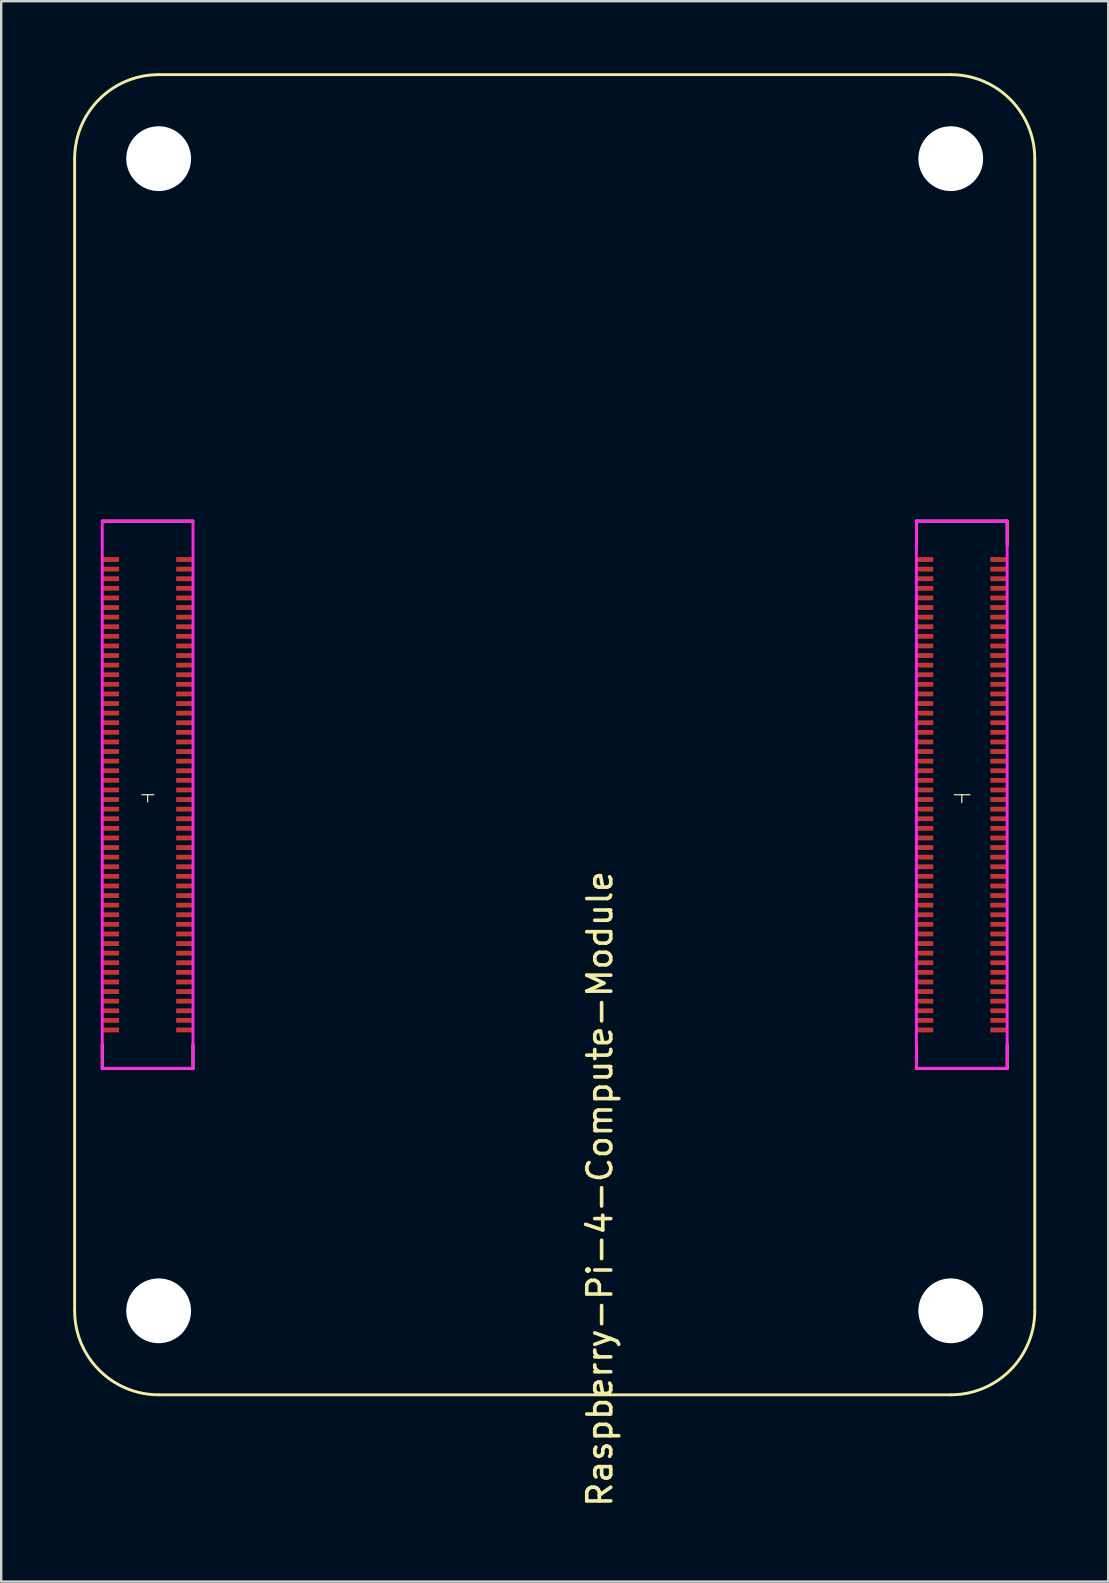
<source format=kicad_pcb>
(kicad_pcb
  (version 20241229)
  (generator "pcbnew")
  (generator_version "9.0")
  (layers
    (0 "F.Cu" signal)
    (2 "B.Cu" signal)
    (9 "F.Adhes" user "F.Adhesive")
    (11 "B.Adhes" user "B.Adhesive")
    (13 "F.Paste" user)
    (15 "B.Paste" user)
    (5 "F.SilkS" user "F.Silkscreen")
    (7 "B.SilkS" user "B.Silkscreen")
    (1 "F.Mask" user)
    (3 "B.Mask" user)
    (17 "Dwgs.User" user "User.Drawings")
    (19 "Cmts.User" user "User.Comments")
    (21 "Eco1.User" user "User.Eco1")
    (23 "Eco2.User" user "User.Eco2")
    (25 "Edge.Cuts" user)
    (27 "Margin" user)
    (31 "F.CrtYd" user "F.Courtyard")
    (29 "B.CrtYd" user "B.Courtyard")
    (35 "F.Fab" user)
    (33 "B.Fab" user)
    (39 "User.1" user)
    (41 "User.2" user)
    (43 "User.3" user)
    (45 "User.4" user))
  (footprint "Raspberry-Pi-4-Compute-Module"
    (layer "F.Cu")
    (at 3.1 30.06)
    (property "Reference" "Raspberry-Pi-4-Compute-Module" (at 18.84 16.42 270) (layer "F.SilkS") (effects (font (size 1 1) (thickness 0.15))))
    (attr smd)
    (fp_line (start -3.04 -26.5) (end -3.04 21.5) (stroke (width 0.12) (type solid)) (layer "F.SilkS"))
    (fp_line (start -1.89 -11.4) (end 1.89 -11.4) (stroke (width 0.12) (type solid)) (layer "F.SilkS"))
    (fp_line (start -1.89 11.4) (end -1.89 10.4) (stroke (width 0.12) (type solid)) (layer "F.SilkS"))
    (fp_line (start -1.89 11.4) (end 1.89 11.4) (stroke (width 0.12) (type solid)) (layer "F.SilkS"))
    (fp_line (start -0.24 0) (end 0.26 0) (stroke (width 0.05) (type default)) (layer "F.SilkS"))
    (fp_line (start 0 0) (end 0 0.3) (stroke (width 0.05) (type default)) (layer "F.SilkS"))
    (fp_line (start 0.46 25) (end 33.46 25) (stroke (width 0.12) (type solid)) (layer "F.SilkS"))
    (fp_line (start 1.89 11.4) (end 1.89 10.4) (stroke (width 0.12) (type solid)) (layer "F.SilkS"))
    (fp_line (start 32.03 -11.4) (end 32.03 -10.4) (stroke (width 0.12) (type solid)) (layer "F.SilkS"))
    (fp_line (start 32.03 -11.4) (end 35.81 -11.4) (stroke (width 0.12) (type solid)) (layer "F.SilkS"))
    (fp_line (start 32.03 11.4) (end 32.03 10.4) (stroke (width 0.12) (type solid)) (layer "F.SilkS"))
    (fp_line (start 32.03 11.4) (end 35.81 11.4) (stroke (width 0.12) (type solid)) (layer "F.SilkS"))
    (fp_line (start 33.46 -30) (end 0.46 -30) (stroke (width 0.12) (type solid)) (layer "F.SilkS"))
    (fp_line (start 33.61 0) (end 34.26 0) (stroke (width 0.05) (type default)) (layer "F.SilkS"))
    (fp_line (start 33.92 0.325) (end 33.92 0) (stroke (width 0.05) (type default)) (layer "F.SilkS"))
    (fp_line (start 35.81 -11.4) (end 35.81 -10.4) (stroke (width 0.12) (type solid)) (layer "F.SilkS"))
    (fp_line (start 35.81 11.4) (end 35.81 10.4) (stroke (width 0.12) (type solid)) (layer "F.SilkS"))
    (fp_line (start 36.96 21.5) (end 36.96 -26.5) (stroke (width 0.12) (type solid)) (layer "F.SilkS"))
    (fp_arc (start -3.04 -26.5) (mid -2.014874 -28.974874) (end 0.46 -30) (stroke (width 0.12) (type solid)) (layer "F.SilkS"))
    (fp_arc (start 0.46 25) (mid -2.014874 23.974874) (end -3.04 21.5) (stroke (width 0.12) (type solid)) (layer "F.SilkS"))
    (fp_arc (start 33.46 -30) (mid 35.934874 -28.974874) (end 36.96 -26.5) (stroke (width 0.12) (type solid)) (layer "F.SilkS"))
    (fp_arc (start 36.96 21.5) (mid 35.934874 23.974874) (end 33.46 25) (stroke (width 0.12) (type solid)) (layer "F.SilkS"))
    (fp_line (start -1.89 -11.4) (end 1.89 -11.4) (stroke (width 0.12) (type solid)) (layer "F.CrtYd"))
    (fp_line (start -1.89 11.4) (end -1.89 -11.4) (stroke (width 0.12) (type solid)) (layer "F.CrtYd"))
    (fp_line (start 1.89 -11.4) (end 1.89 11.4) (stroke (width 0.12) (type solid)) (layer "F.CrtYd"))
    (fp_line (start 1.89 11.4) (end -1.89 11.4) (stroke (width 0.12) (type solid)) (layer "F.CrtYd"))
    (fp_line (start 32.03 -11.4) (end 35.81 -11.4) (stroke (width 0.12) (type solid)) (layer "F.CrtYd"))
    (fp_line (start 32.03 11.4) (end 32.03 -11.4) (stroke (width 0.12) (type solid)) (layer "F.CrtYd"))
    (fp_line (start 35.81 -11.4) (end 35.81 11.4) (stroke (width 0.12) (type solid)) (layer "F.CrtYd"))
    (fp_line (start 35.81 11.4) (end 32.03 11.4) (stroke (width 0.12) (type solid)) (layer "F.CrtYd"))
    (pad "" np_thru_hole circle (at 0.46 -26.5) (size 2.7 2.7) (drill 2.7) (layers "*.Cu" "*.Mask"))
    (pad "" np_thru_hole circle (at 0.46 21.5) (size 2.7 2.7) (drill 2.7) (layers "*.Cu" "*.Mask"))
    (pad "" np_thru_hole circle (at 33.46 -26.5) (size 2.7 2.7) (drill 2.7) (layers "*.Cu" "*.Mask"))
    (pad "" np_thru_hole circle (at 33.46 21.5) (size 2.7 2.7) (drill 2.7) (layers "*.Cu" "*.Mask"))
    (pad "1" smd rect (at -1.54 -9.8 270) (size 0.2 0.7) (layers "F.Cu" "F.Mask" "F.Paste"))
    (pad "2" smd rect (at 1.54 -9.8 270) (size 0.2 0.7) (layers "F.Cu" "F.Mask" "F.Paste"))
    (pad "3" smd rect (at -1.54 -9.4 270) (size 0.2 0.7) (layers "F.Cu" "F.Mask" "F.Paste"))
    (pad "4" smd rect (at 1.54 -9.4 270) (size 0.2 0.7) (layers "F.Cu" "F.Mask" "F.Paste"))
    (pad "5" smd rect (at -1.54 -9 270) (size 0.2 0.7) (layers "F.Cu" "F.Mask" "F.Paste"))
    (pad "6" smd rect (at 1.54 -9 270) (size 0.2 0.7) (layers "F.Cu" "F.Mask" "F.Paste"))
    (pad "7" smd rect (at -1.54 -8.6 270) (size 0.2 0.7) (layers "F.Cu" "F.Mask" "F.Paste"))
    (pad "8" smd rect (at 1.54 -8.6 270) (size 0.2 0.7) (layers "F.Cu" "F.Mask" "F.Paste"))
    (pad "9" smd rect (at -1.54 -8.2 270) (size 0.2 0.7) (layers "F.Cu" "F.Mask" "F.Paste"))
    (pad "10" smd rect (at 1.54 -8.2 270) (size 0.2 0.7) (layers "F.Cu" "F.Mask" "F.Paste"))
    (pad "11" smd rect (at -1.54 -7.8 270) (size 0.2 0.7) (layers "F.Cu" "F.Mask" "F.Paste"))
    (pad "12" smd rect (at 1.54 -7.8 270) (size 0.2 0.7) (layers "F.Cu" "F.Mask" "F.Paste"))
    (pad "13" smd rect (at -1.54 -7.4 270) (size 0.2 0.7) (layers "F.Cu" "F.Mask" "F.Paste"))
    (pad "14" smd rect (at 1.54 -7.4 270) (size 0.2 0.7) (layers "F.Cu" "F.Mask" "F.Paste"))
    (pad "15" smd rect (at -1.54 -7 270) (size 0.2 0.7) (layers "F.Cu" "F.Mask" "F.Paste"))
    (pad "16" smd rect (at 1.54 -7 270) (size 0.2 0.7) (layers "F.Cu" "F.Mask" "F.Paste"))
    (pad "17" smd rect (at -1.54 -6.6 270) (size 0.2 0.7) (layers "F.Cu" "F.Mask" "F.Paste"))
    (pad "18" smd rect (at 1.54 -6.6 270) (size 0.2 0.7) (layers "F.Cu" "F.Mask" "F.Paste"))
    (pad "19" smd rect (at -1.54 -6.2 270) (size 0.2 0.7) (layers "F.Cu" "F.Mask" "F.Paste"))
    (pad "20" smd rect (at 1.54 -6.2 270) (size 0.2 0.7) (layers "F.Cu" "F.Mask" "F.Paste"))
    (pad "21" smd rect (at -1.54 -5.8 270) (size 0.2 0.7) (layers "F.Cu" "F.Mask" "F.Paste"))
    (pad "22" smd rect (at 1.54 -5.8 270) (size 0.2 0.7) (layers "F.Cu" "F.Mask" "F.Paste"))
    (pad "23" smd rect (at -1.54 -5.4 270) (size 0.2 0.7) (layers "F.Cu" "F.Mask" "F.Paste"))
    (pad "24" smd rect (at 1.54 -5.4 270) (size 0.2 0.7) (layers "F.Cu" "F.Mask" "F.Paste"))
    (pad "25" smd rect (at -1.54 -5 270) (size 0.2 0.7) (layers "F.Cu" "F.Mask" "F.Paste"))
    (pad "26" smd rect (at 1.54 -5 270) (size 0.2 0.7) (layers "F.Cu" "F.Mask" "F.Paste"))
    (pad "27" smd rect (at -1.54 -4.6 270) (size 0.2 0.7) (layers "F.Cu" "F.Mask" "F.Paste"))
    (pad "28" smd rect (at 1.54 -4.6 270) (size 0.2 0.7) (layers "F.Cu" "F.Mask" "F.Paste"))
    (pad "29" smd rect (at -1.54 -4.2 270) (size 0.2 0.7) (layers "F.Cu" "F.Mask" "F.Paste"))
    (pad "30" smd rect (at 1.54 -4.2 270) (size 0.2 0.7) (layers "F.Cu" "F.Mask" "F.Paste"))
    (pad "31" smd rect (at -1.54 -3.8 270) (size 0.2 0.7) (layers "F.Cu" "F.Mask" "F.Paste"))
    (pad "32" smd rect (at 1.54 -3.8 270) (size 0.2 0.7) (layers "F.Cu" "F.Mask" "F.Paste"))
    (pad "33" smd rect (at -1.54 -3.4 270) (size 0.2 0.7) (layers "F.Cu" "F.Mask" "F.Paste"))
    (pad "34" smd rect (at 1.54 -3.4 270) (size 0.2 0.7) (layers "F.Cu" "F.Mask" "F.Paste"))
    (pad "35" smd rect (at -1.54 -3 270) (size 0.2 0.7) (layers "F.Cu" "F.Mask" "F.Paste"))
    (pad "36" smd rect (at 1.54 -3 270) (size 0.2 0.7) (layers "F.Cu" "F.Mask" "F.Paste"))
    (pad "37" smd rect (at -1.54 -2.6 270) (size 0.2 0.7) (layers "F.Cu" "F.Mask" "F.Paste"))
    (pad "38" smd rect (at 1.54 -2.6 270) (size 0.2 0.7) (layers "F.Cu" "F.Mask" "F.Paste"))
    (pad "39" smd rect (at -1.54 -2.2 270) (size 0.2 0.7) (layers "F.Cu" "F.Mask" "F.Paste"))
    (pad "40" smd rect (at 1.54 -2.2 270) (size 0.2 0.7) (layers "F.Cu" "F.Mask" "F.Paste"))
    (pad "41" smd rect (at -1.54 -1.8 270) (size 0.2 0.7) (layers "F.Cu" "F.Mask" "F.Paste"))
    (pad "42" smd rect (at 1.54 -1.8 270) (size 0.2 0.7) (layers "F.Cu" "F.Mask" "F.Paste"))
    (pad "43" smd rect (at -1.54 -1.4 270) (size 0.2 0.7) (layers "F.Cu" "F.Mask" "F.Paste"))
    (pad "44" smd rect (at 1.54 -1.4 270) (size 0.2 0.7) (layers "F.Cu" "F.Mask" "F.Paste"))
    (pad "45" smd rect (at -1.54 -1 270) (size 0.2 0.7) (layers "F.Cu" "F.Mask" "F.Paste"))
    (pad "46" smd rect (at 1.54 -1 270) (size 0.2 0.7) (layers "F.Cu" "F.Mask" "F.Paste"))
    (pad "47" smd rect (at -1.54 -0.6 270) (size 0.2 0.7) (layers "F.Cu" "F.Mask" "F.Paste"))
    (pad "48" smd rect (at 1.54 -0.6 270) (size 0.2 0.7) (layers "F.Cu" "F.Mask" "F.Paste"))
    (pad "49" smd rect (at -1.54 -0.2 270) (size 0.2 0.7) (layers "F.Cu" "F.Mask" "F.Paste"))
    (pad "50" smd rect (at 1.54 -0.2 270) (size 0.2 0.7) (layers "F.Cu" "F.Mask" "F.Paste"))
    (pad "51" smd rect (at -1.54 0.2 270) (size 0.2 0.7) (layers "F.Cu" "F.Mask" "F.Paste"))
    (pad "52" smd rect (at 1.54 0.2 270) (size 0.2 0.7) (layers "F.Cu" "F.Mask" "F.Paste"))
    (pad "53" smd rect (at -1.54 0.6 270) (size 0.2 0.7) (layers "F.Cu" "F.Mask" "F.Paste"))
    (pad "54" smd rect (at 1.54 0.6 270) (size 0.2 0.7) (layers "F.Cu" "F.Mask" "F.Paste"))
    (pad "55" smd rect (at -1.54 1 270) (size 0.2 0.7) (layers "F.Cu" "F.Mask" "F.Paste"))
    (pad "56" smd rect (at 1.54 1 270) (size 0.2 0.7) (layers "F.Cu" "F.Mask" "F.Paste"))
    (pad "57" smd rect (at -1.54 1.4 270) (size 0.2 0.7) (layers "F.Cu" "F.Mask" "F.Paste"))
    (pad "58" smd rect (at 1.54 1.4 270) (size 0.2 0.7) (layers "F.Cu" "F.Mask" "F.Paste"))
    (pad "59" smd rect (at -1.54 1.8 270) (size 0.2 0.7) (layers "F.Cu" "F.Mask" "F.Paste"))
    (pad "60" smd rect (at 1.54 1.8 270) (size 0.2 0.7) (layers "F.Cu" "F.Mask" "F.Paste"))
    (pad "61" smd rect (at -1.54 2.2 270) (size 0.2 0.7) (layers "F.Cu" "F.Mask" "F.Paste"))
    (pad "62" smd rect (at 1.54 2.2 270) (size 0.2 0.7) (layers "F.Cu" "F.Mask" "F.Paste"))
    (pad "63" smd rect (at -1.54 2.6 270) (size 0.2 0.7) (layers "F.Cu" "F.Mask" "F.Paste"))
    (pad "64" smd rect (at 1.54 2.6 270) (size 0.2 0.7) (layers "F.Cu" "F.Mask" "F.Paste"))
    (pad "65" smd rect (at -1.54 3 270) (size 0.2 0.7) (layers "F.Cu" "F.Mask" "F.Paste"))
    (pad "66" smd rect (at 1.54 3 270) (size 0.2 0.7) (layers "F.Cu" "F.Mask" "F.Paste"))
    (pad "67" smd rect (at -1.54 3.4 270) (size 0.2 0.7) (layers "F.Cu" "F.Mask" "F.Paste"))
    (pad "68" smd rect (at 1.54 3.4 270) (size 0.2 0.7) (layers "F.Cu" "F.Mask" "F.Paste"))
    (pad "69" smd rect (at -1.54 3.8 270) (size 0.2 0.7) (layers "F.Cu" "F.Mask" "F.Paste"))
    (pad "70" smd rect (at 1.54 3.8 270) (size 0.2 0.7) (layers "F.Cu" "F.Mask" "F.Paste"))
    (pad "71" smd rect (at -1.54 4.2 270) (size 0.2 0.7) (layers "F.Cu" "F.Mask" "F.Paste"))
    (pad "72" smd rect (at 1.54 4.2 270) (size 0.2 0.7) (layers "F.Cu" "F.Mask" "F.Paste"))
    (pad "73" smd rect (at -1.54 4.6 270) (size 0.2 0.7) (layers "F.Cu" "F.Mask" "F.Paste"))
    (pad "74" smd rect (at 1.54 4.6 270) (size 0.2 0.7) (layers "F.Cu" "F.Mask" "F.Paste"))
    (pad "75" smd rect (at -1.54 5 270) (size 0.2 0.7) (layers "F.Cu" "F.Mask" "F.Paste"))
    (pad "76" smd rect (at 1.54 5 270) (size 0.2 0.7) (layers "F.Cu" "F.Mask" "F.Paste"))
    (pad "77" smd rect (at -1.54 5.4 270) (size 0.2 0.7) (layers "F.Cu" "F.Mask" "F.Paste"))
    (pad "78" smd rect (at 1.54 5.4 270) (size 0.2 0.7) (layers "F.Cu" "F.Mask" "F.Paste"))
    (pad "79" smd rect (at -1.54 5.8 270) (size 0.2 0.7) (layers "F.Cu" "F.Mask" "F.Paste"))
    (pad "80" smd rect (at 1.54 5.8 270) (size 0.2 0.7) (layers "F.Cu" "F.Mask" "F.Paste"))
    (pad "81" smd rect (at -1.54 6.2 270) (size 0.2 0.7) (layers "F.Cu" "F.Mask" "F.Paste"))
    (pad "82" smd rect (at 1.54 6.2 270) (size 0.2 0.7) (layers "F.Cu" "F.Mask" "F.Paste"))
    (pad "83" smd rect (at -1.54 6.6 270) (size 0.2 0.7) (layers "F.Cu" "F.Mask" "F.Paste"))
    (pad "84" smd rect (at 1.54 6.6 270) (size 0.2 0.7) (layers "F.Cu" "F.Mask" "F.Paste"))
    (pad "85" smd rect (at -1.54 7 270) (size 0.2 0.7) (layers "F.Cu" "F.Mask" "F.Paste"))
    (pad "86" smd rect (at 1.54 7 270) (size 0.2 0.7) (layers "F.Cu" "F.Mask" "F.Paste"))
    (pad "87" smd rect (at -1.54 7.4 270) (size 0.2 0.7) (layers "F.Cu" "F.Mask" "F.Paste"))
    (pad "88" smd rect (at 1.54 7.4 270) (size 0.2 0.7) (layers "F.Cu" "F.Mask" "F.Paste"))
    (pad "89" smd rect (at -1.54 7.8 270) (size 0.2 0.7) (layers "F.Cu" "F.Mask" "F.Paste"))
    (pad "90" smd rect (at 1.54 7.8 270) (size 0.2 0.7) (layers "F.Cu" "F.Mask" "F.Paste"))
    (pad "91" smd rect (at -1.54 8.2 270) (size 0.2 0.7) (layers "F.Cu" "F.Mask" "F.Paste"))
    (pad "92" smd rect (at 1.54 8.2 270) (size 0.2 0.7) (layers "F.Cu" "F.Mask" "F.Paste"))
    (pad "93" smd rect (at -1.54 8.6 270) (size 0.2 0.7) (layers "F.Cu" "F.Mask" "F.Paste"))
    (pad "94" smd rect (at 1.54 8.6 270) (size 0.2 0.7) (layers "F.Cu" "F.Mask" "F.Paste"))
    (pad "95" smd rect (at -1.54 9 270) (size 0.2 0.7) (layers "F.Cu" "F.Mask" "F.Paste"))
    (pad "96" smd rect (at 1.54 9 270) (size 0.2 0.7) (layers "F.Cu" "F.Mask" "F.Paste"))
    (pad "97" smd rect (at -1.54 9.4 270) (size 0.2 0.7) (layers "F.Cu" "F.Mask" "F.Paste"))
    (pad "98" smd rect (at 1.54 9.4 270) (size 0.2 0.7) (layers "F.Cu" "F.Mask" "F.Paste"))
    (pad "99" smd rect (at -1.54 9.8 270) (size 0.2 0.7) (layers "F.Cu" "F.Mask" "F.Paste"))
    (pad "100" smd rect (at 1.54 9.8 270) (size 0.2 0.7) (layers "F.Cu" "F.Mask" "F.Paste"))
    (pad "101" smd rect (at 32.38 -9.8 270) (size 0.2 0.7) (layers "F.Cu" "F.Mask" "F.Paste"))
    (pad "102" smd rect (at 35.46 -9.8 270) (size 0.2 0.7) (layers "F.Cu" "F.Mask" "F.Paste"))
    (pad "103" smd rect (at 32.38 -9.4 270) (size 0.2 0.7) (layers "F.Cu" "F.Mask" "F.Paste"))
    (pad "104" smd rect (at 35.46 -9.4 270) (size 0.2 0.7) (layers "F.Cu" "F.Mask" "F.Paste"))
    (pad "105" smd rect (at 32.38 -9 270) (size 0.2 0.7) (layers "F.Cu" "F.Mask" "F.Paste"))
    (pad "106" smd rect (at 35.46 -9 270) (size 0.2 0.7) (layers "F.Cu" "F.Mask" "F.Paste"))
    (pad "107" smd rect (at 32.38 -8.6 270) (size 0.2 0.7) (layers "F.Cu" "F.Mask" "F.Paste"))
    (pad "108" smd rect (at 35.46 -8.6 270) (size 0.2 0.7) (layers "F.Cu" "F.Mask" "F.Paste"))
    (pad "109" smd rect (at 32.38 -8.2 270) (size 0.2 0.7) (layers "F.Cu" "F.Mask" "F.Paste"))
    (pad "110" smd rect (at 35.46 -8.2 270) (size 0.2 0.7) (layers "F.Cu" "F.Mask" "F.Paste"))
    (pad "111" smd rect (at 32.38 -7.8 270) (size 0.2 0.7) (layers "F.Cu" "F.Mask" "F.Paste"))
    (pad "112" smd rect (at 35.46 -7.8 270) (size 0.2 0.7) (layers "F.Cu" "F.Mask" "F.Paste"))
    (pad "113" smd rect (at 32.38 -7.4 270) (size 0.2 0.7) (layers "F.Cu" "F.Mask" "F.Paste"))
    (pad "114" smd rect (at 35.46 -7.4 270) (size 0.2 0.7) (layers "F.Cu" "F.Mask" "F.Paste"))
    (pad "115" smd rect (at 32.38 -7 270) (size 0.2 0.7) (layers "F.Cu" "F.Mask" "F.Paste"))
    (pad "116" smd rect (at 35.46 -7 270) (size 0.2 0.7) (layers "F.Cu" "F.Mask" "F.Paste"))
    (pad "117" smd rect (at 32.38 -6.6 270) (size 0.2 0.7) (layers "F.Cu" "F.Mask" "F.Paste"))
    (pad "118" smd rect (at 35.46 -6.6 270) (size 0.2 0.7) (layers "F.Cu" "F.Mask" "F.Paste"))
    (pad "119" smd rect (at 32.38 -6.2 270) (size 0.2 0.7) (layers "F.Cu" "F.Mask" "F.Paste"))
    (pad "120" smd rect (at 35.46 -6.2 270) (size 0.2 0.7) (layers "F.Cu" "F.Mask" "F.Paste"))
    (pad "121" smd rect (at 32.38 -5.8 270) (size 0.2 0.7) (layers "F.Cu" "F.Mask" "F.Paste"))
    (pad "122" smd rect (at 35.46 -5.8 270) (size 0.2 0.7) (layers "F.Cu" "F.Mask" "F.Paste"))
    (pad "123" smd rect (at 32.38 -5.4 270) (size 0.2 0.7) (layers "F.Cu" "F.Mask" "F.Paste"))
    (pad "124" smd rect (at 35.46 -5.4 270) (size 0.2 0.7) (layers "F.Cu" "F.Mask" "F.Paste"))
    (pad "125" smd rect (at 32.38 -5 270) (size 0.2 0.7) (layers "F.Cu" "F.Mask" "F.Paste"))
    (pad "126" smd rect (at 35.46 -5 270) (size 0.2 0.7) (layers "F.Cu" "F.Mask" "F.Paste"))
    (pad "127" smd rect (at 32.38 -4.6 270) (size 0.2 0.7) (layers "F.Cu" "F.Mask" "F.Paste"))
    (pad "128" smd rect (at 35.46 -4.6 270) (size 0.2 0.7) (layers "F.Cu" "F.Mask" "F.Paste"))
    (pad "129" smd rect (at 32.38 -4.2 270) (size 0.2 0.7) (layers "F.Cu" "F.Mask" "F.Paste"))
    (pad "130" smd rect (at 35.46 -4.2 270) (size 0.2 0.7) (layers "F.Cu" "F.Mask" "F.Paste"))
    (pad "131" smd rect (at 32.38 -3.8 270) (size 0.2 0.7) (layers "F.Cu" "F.Mask" "F.Paste"))
    (pad "132" smd rect (at 35.46 -3.8 270) (size 0.2 0.7) (layers "F.Cu" "F.Mask" "F.Paste"))
    (pad "133" smd rect (at 32.38 -3.4 270) (size 0.2 0.7) (layers "F.Cu" "F.Mask" "F.Paste"))
    (pad "134" smd rect (at 35.46 -3.4 270) (size 0.2 0.7) (layers "F.Cu" "F.Mask" "F.Paste"))
    (pad "135" smd rect (at 32.38 -3 270) (size 0.2 0.7) (layers "F.Cu" "F.Mask" "F.Paste"))
    (pad "136" smd rect (at 35.46 -3 270) (size 0.2 0.7) (layers "F.Cu" "F.Mask" "F.Paste"))
    (pad "137" smd rect (at 32.38 -2.6 270) (size 0.2 0.7) (layers "F.Cu" "F.Mask" "F.Paste"))
    (pad "138" smd rect (at 35.46 -2.6 270) (size 0.2 0.7) (layers "F.Cu" "F.Mask" "F.Paste"))
    (pad "139" smd rect (at 32.38 -2.2 270) (size 0.2 0.7) (layers "F.Cu" "F.Mask" "F.Paste"))
    (pad "140" smd rect (at 35.46 -2.2 270) (size 0.2 0.7) (layers "F.Cu" "F.Mask" "F.Paste"))
    (pad "141" smd rect (at 32.38 -1.8 270) (size 0.2 0.7) (layers "F.Cu" "F.Mask" "F.Paste"))
    (pad "142" smd rect (at 35.46 -1.8 270) (size 0.2 0.7) (layers "F.Cu" "F.Mask" "F.Paste"))
    (pad "143" smd rect (at 32.38 -1.4 270) (size 0.2 0.7) (layers "F.Cu" "F.Mask" "F.Paste"))
    (pad "144" smd rect (at 35.46 -1.4 270) (size 0.2 0.7) (layers "F.Cu" "F.Mask" "F.Paste"))
    (pad "145" smd rect (at 32.38 -1 270) (size 0.2 0.7) (layers "F.Cu" "F.Mask" "F.Paste"))
    (pad "146" smd rect (at 35.46 -1 270) (size 0.2 0.7) (layers "F.Cu" "F.Mask" "F.Paste"))
    (pad "147" smd rect (at 32.38 -0.6 270) (size 0.2 0.7) (layers "F.Cu" "F.Mask" "F.Paste"))
    (pad "148" smd rect (at 35.46 -0.6 270) (size 0.2 0.7) (layers "F.Cu" "F.Mask" "F.Paste"))
    (pad "149" smd rect (at 32.38 -0.2 270) (size 0.2 0.7) (layers "F.Cu" "F.Mask" "F.Paste"))
    (pad "150" smd rect (at 35.46 -0.2 270) (size 0.2 0.7) (layers "F.Cu" "F.Mask" "F.Paste"))
    (pad "151" smd rect (at 32.38 0.2 270) (size 0.2 0.7) (layers "F.Cu" "F.Mask" "F.Paste"))
    (pad "152" smd rect (at 35.46 0.2 270) (size 0.2 0.7) (layers "F.Cu" "F.Mask" "F.Paste"))
    (pad "153" smd rect (at 32.38 0.6 270) (size 0.2 0.7) (layers "F.Cu" "F.Mask" "F.Paste"))
    (pad "154" smd rect (at 35.46 0.6 270) (size 0.2 0.7) (layers "F.Cu" "F.Mask" "F.Paste"))
    (pad "155" smd rect (at 32.38 1 270) (size 0.2 0.7) (layers "F.Cu" "F.Mask" "F.Paste"))
    (pad "156" smd rect (at 35.46 1 270) (size 0.2 0.7) (layers "F.Cu" "F.Mask" "F.Paste"))
    (pad "157" smd rect (at 32.38 1.4 270) (size 0.2 0.7) (layers "F.Cu" "F.Mask" "F.Paste"))
    (pad "158" smd rect (at 35.46 1.4 270) (size 0.2 0.7) (layers "F.Cu" "F.Mask" "F.Paste"))
    (pad "159" smd rect (at 32.38 1.8 270) (size 0.2 0.7) (layers "F.Cu" "F.Mask" "F.Paste"))
    (pad "160" smd rect (at 35.46 1.8 270) (size 0.2 0.7) (layers "F.Cu" "F.Mask" "F.Paste"))
    (pad "161" smd rect (at 32.38 2.2 270) (size 0.2 0.7) (layers "F.Cu" "F.Mask" "F.Paste"))
    (pad "162" smd rect (at 35.46 2.2 270) (size 0.2 0.7) (layers "F.Cu" "F.Mask" "F.Paste"))
    (pad "163" smd rect (at 32.38 2.6 270) (size 0.2 0.7) (layers "F.Cu" "F.Mask" "F.Paste"))
    (pad "164" smd rect (at 35.46 2.6 270) (size 0.2 0.7) (layers "F.Cu" "F.Mask" "F.Paste"))
    (pad "165" smd rect (at 32.38 3 270) (size 0.2 0.7) (layers "F.Cu" "F.Mask" "F.Paste"))
    (pad "166" smd rect (at 35.46 3 270) (size 0.2 0.7) (layers "F.Cu" "F.Mask" "F.Paste"))
    (pad "167" smd rect (at 32.38 3.4 270) (size 0.2 0.7) (layers "F.Cu" "F.Mask" "F.Paste"))
    (pad "168" smd rect (at 35.46 3.4 270) (size 0.2 0.7) (layers "F.Cu" "F.Mask" "F.Paste"))
    (pad "169" smd rect (at 32.38 3.8 270) (size 0.2 0.7) (layers "F.Cu" "F.Mask" "F.Paste"))
    (pad "170" smd rect (at 35.46 3.8 270) (size 0.2 0.7) (layers "F.Cu" "F.Mask" "F.Paste"))
    (pad "171" smd rect (at 32.38 4.2 270) (size 0.2 0.7) (layers "F.Cu" "F.Mask" "F.Paste"))
    (pad "172" smd rect (at 35.46 4.2 270) (size 0.2 0.7) (layers "F.Cu" "F.Mask" "F.Paste"))
    (pad "173" smd rect (at 32.38 4.6 270) (size 0.2 0.7) (layers "F.Cu" "F.Mask" "F.Paste"))
    (pad "174" smd rect (at 35.46 4.6 270) (size 0.2 0.7) (layers "F.Cu" "F.Mask" "F.Paste"))
    (pad "175" smd rect (at 32.38 5 270) (size 0.2 0.7) (layers "F.Cu" "F.Mask" "F.Paste"))
    (pad "176" smd rect (at 35.46 5 270) (size 0.2 0.7) (layers "F.Cu" "F.Mask" "F.Paste"))
    (pad "177" smd rect (at 32.38 5.4 270) (size 0.2 0.7) (layers "F.Cu" "F.Mask" "F.Paste"))
    (pad "178" smd rect (at 35.46 5.4 270) (size 0.2 0.7) (layers "F.Cu" "F.Mask" "F.Paste"))
    (pad "179" smd rect (at 32.38 5.8 270) (size 0.2 0.7) (layers "F.Cu" "F.Mask" "F.Paste"))
    (pad "180" smd rect (at 35.46 5.8 270) (size 0.2 0.7) (layers "F.Cu" "F.Mask" "F.Paste"))
    (pad "181" smd rect (at 32.38 6.2 270) (size 0.2 0.7) (layers "F.Cu" "F.Mask" "F.Paste"))
    (pad "182" smd rect (at 35.46 6.2 270) (size 0.2 0.7) (layers "F.Cu" "F.Mask" "F.Paste"))
    (pad "183" smd rect (at 32.38 6.6 270) (size 0.2 0.7) (layers "F.Cu" "F.Mask" "F.Paste"))
    (pad "184" smd rect (at 35.46 6.6 270) (size 0.2 0.7) (layers "F.Cu" "F.Mask" "F.Paste"))
    (pad "185" smd rect (at 32.38 7 270) (size 0.2 0.7) (layers "F.Cu" "F.Mask" "F.Paste"))
    (pad "186" smd rect (at 35.46 7 270) (size 0.2 0.7) (layers "F.Cu" "F.Mask" "F.Paste"))
    (pad "187" smd rect (at 32.38 7.4 270) (size 0.2 0.7) (layers "F.Cu" "F.Mask" "F.Paste"))
    (pad "188" smd rect (at 35.46 7.4 270) (size 0.2 0.7) (layers "F.Cu" "F.Mask" "F.Paste"))
    (pad "189" smd rect (at 32.38 7.8 270) (size 0.2 0.7) (layers "F.Cu" "F.Mask" "F.Paste"))
    (pad "190" smd rect (at 35.46 7.8 270) (size 0.2 0.7) (layers "F.Cu" "F.Mask" "F.Paste"))
    (pad "191" smd rect (at 32.38 8.2 270) (size 0.2 0.7) (layers "F.Cu" "F.Mask" "F.Paste"))
    (pad "192" smd rect (at 35.46 8.2 270) (size 0.2 0.7) (layers "F.Cu" "F.Mask" "F.Paste"))
    (pad "193" smd rect (at 32.38 8.6 270) (size 0.2 0.7) (layers "F.Cu" "F.Mask" "F.Paste"))
    (pad "194" smd rect (at 35.46 8.6 270) (size 0.2 0.7) (layers "F.Cu" "F.Mask" "F.Paste"))
    (pad "195" smd rect (at 32.38 9 270) (size 0.2 0.7) (layers "F.Cu" "F.Mask" "F.Paste"))
    (pad "196" smd rect (at 35.46 9 270) (size 0.2 0.7) (layers "F.Cu" "F.Mask" "F.Paste"))
    (pad "197" smd rect (at 32.38 9.4 270) (size 0.2 0.7) (layers "F.Cu" "F.Mask" "F.Paste"))
    (pad "198" smd rect (at 35.46 9.4 270) (size 0.2 0.7) (layers "F.Cu" "F.Mask" "F.Paste"))
    (pad "199" smd rect (at 32.38 9.8 270) (size 0.2 0.7) (layers "F.Cu" "F.Mask" "F.Paste"))
    (pad "200" smd rect (at 35.46 9.8 270) (size 0.2 0.7) (layers "F.Cu" "F.Mask" "F.Paste")))
  (gr_rect
    (start -3 -3)
    (end 43.12 62.843)
    (stroke (width 0.1) (type default))
    (fill no)
    (layer "Edge.Cuts")))
</source>
